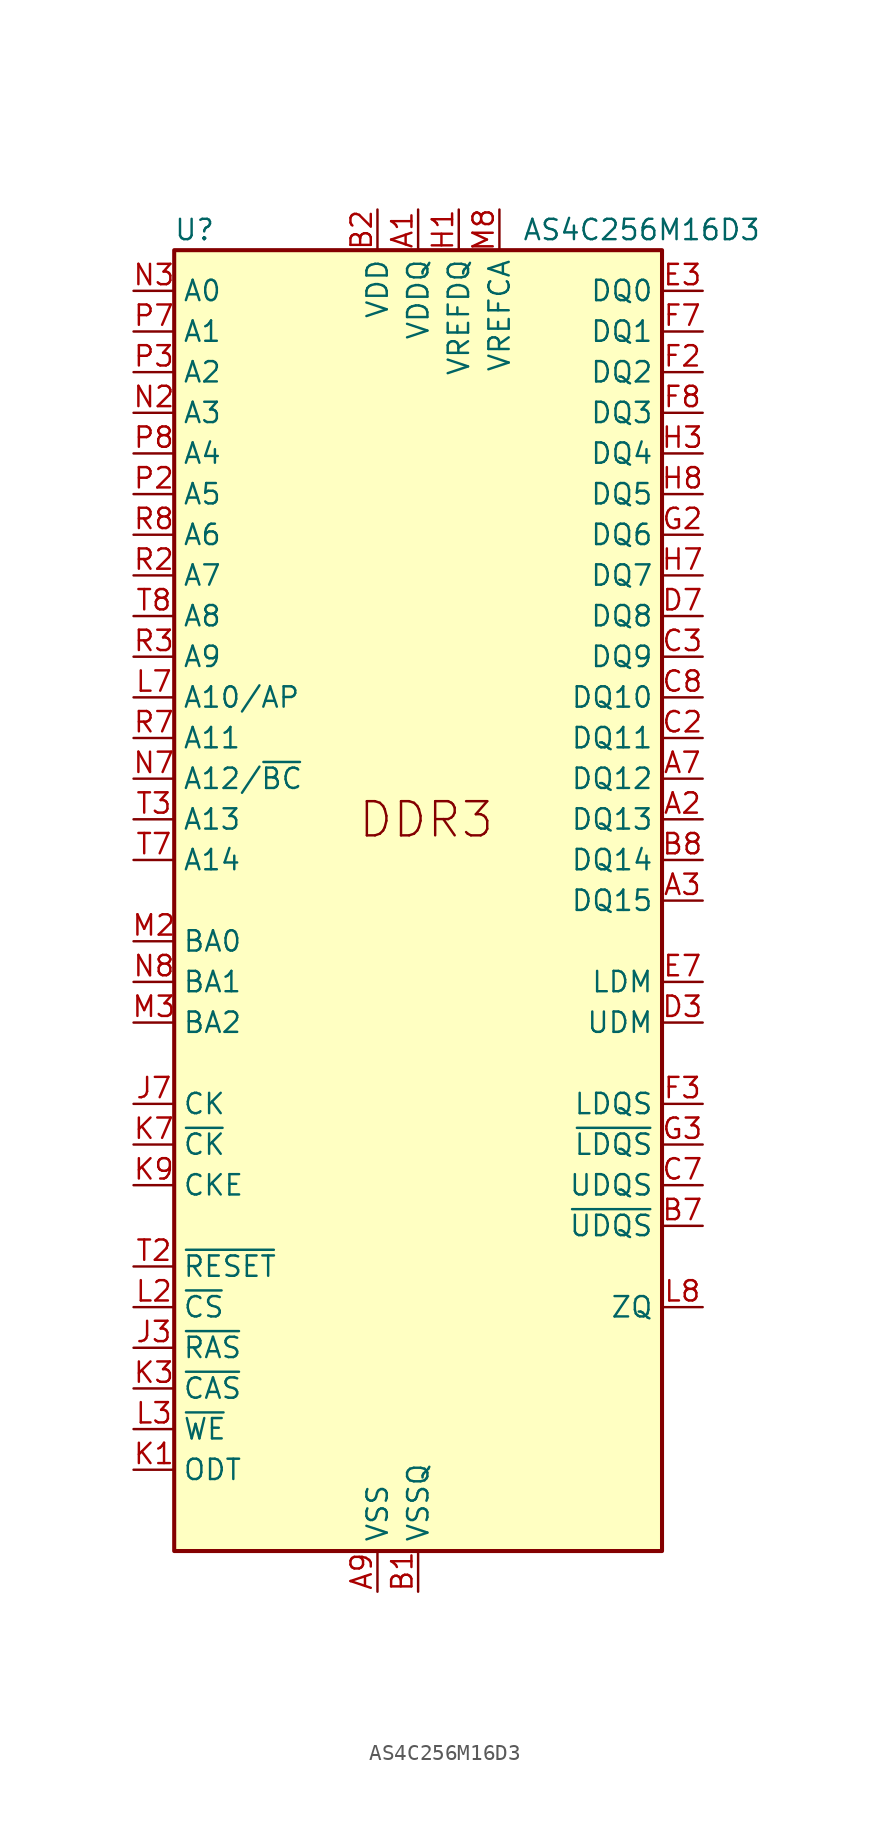
<source format=kicad_sym>
(kicad_symbol_lib
  (version 20241209)
  (generator "kicad_symbol_editor")
  (generator_version "9.0")
  (symbol "AS4C256M16D3"
    (property "Reference" "U"
      (at -13.97 41.91 0)
      (effects (font (size 1.27 1.27))))
    (property "Value" "AS4C256M16D3"
      (at 13.97 41.91 0)
      (effects (font (size 1.27 1.27))))
    (symbol "AS4C256M16D3_0_1"
      (rectangle (start -15.24 -40.64) (end 15.24 40.64) (stroke (width 0.254) (type default)) (fill (type background)))
      (pin input line (at -17.78 38.1 0) (length 2.54) (name "A0" (effects (font (size 1.27 1.27)))) (number "N3" (effects (font (size 1.27 1.27)))))
      (pin input line (at -17.78 35.56 0) (length 2.54) (name "A1" (effects (font (size 1.27 1.27)))) (number "P7" (effects (font (size 1.27 1.27)))))
      (pin input line (at -17.78 33.02 0) (length 2.54) (name "A2" (effects (font (size 1.27 1.27)))) (number "P3" (effects (font (size 1.27 1.27)))))
      (pin input line (at -17.78 30.48 0) (length 2.54) (name "A3" (effects (font (size 1.27 1.27)))) (number "N2" (effects (font (size 1.27 1.27)))))
      (pin input line (at -17.78 27.94 0) (length 2.54) (name "A4" (effects (font (size 1.27 1.27)))) (number "P8" (effects (font (size 1.27 1.27)))))
      (pin input line (at -17.78 25.4 0) (length 2.54) (name "A5" (effects (font (size 1.27 1.27)))) (number "P2" (effects (font (size 1.27 1.27)))))
      (pin input line (at -17.78 22.86 0) (length 2.54) (name "A6" (effects (font (size 1.27 1.27)))) (number "R8" (effects (font (size 1.27 1.27)))))
      (pin input line (at -17.78 20.32 0) (length 2.54) (name "A7" (effects (font (size 1.27 1.27)))) (number "R2" (effects (font (size 1.27 1.27)))))
      (pin input line (at -17.78 17.78 0) (length 2.54) (name "A8" (effects (font (size 1.27 1.27)))) (number "T8" (effects (font (size 1.27 1.27)))))
      (pin input line (at -17.78 15.24 0) (length 2.54) (name "A9" (effects (font (size 1.27 1.27)))) (number "R3" (effects (font (size 1.27 1.27)))))
      (pin input line (at -17.78 12.7 0) (length 2.54) (name "A10/AP" (effects (font (size 1.27 1.27)))) (number "L7" (effects (font (size 1.27 1.27)))))
      (pin input line (at -17.78 10.16 0) (length 2.54) (name "A11" (effects (font (size 1.27 1.27)))) (number "R7" (effects (font (size 1.27 1.27)))))
      (pin input line (at -17.78 7.62 0) (length 2.54) (name "A12/~{BC}" (effects (font (size 1.27 1.27)))) (number "N7" (effects (font (size 1.27 1.27)))))
      (pin input line (at -17.78 5.08 0) (length 2.54) (name "A13" (effects (font (size 1.27 1.27)))) (number "T3" (effects (font (size 1.27 1.27)))))
      (pin input line (at -17.78 2.54 0) (length 2.54) (name "A14" (effects (font (size 1.27 1.27)))) (number "T7" (effects (font (size 1.27 1.27)))))
      (pin input line (at -17.78 -22.86 0) (length 2.54) (name "~{RESET}" (effects (font (size 1.27 1.27)))) (number "T2" (effects (font (size 1.27 1.27)))))
      (pin input line (at -17.78 -25.4 0) (length 2.54) (name "~{CS}" (effects (font (size 1.27 1.27)))) (number "L2" (effects (font (size 1.27 1.27)))))
      (pin power_in line (at -2.54 43.18 270) (length 2.54) (name "VDD" (effects (font (size 1.27 1.27)))) (number "B2" (effects (font (size 1.27 1.27)))))
      (pin passive line (at -2.54 43.18 270) (length 2.54) (hide yes) (name "VDD" (effects (font (size 1.27 1.27)))) (number "D9" (effects (font (size 1.27 1.27)))))
      (pin passive line (at -2.54 43.18 270) (length 2.54) (hide yes) (name "VDD" (effects (font (size 1.27 1.27)))) (number "G7" (effects (font (size 1.27 1.27)))))
      (pin passive line (at -2.54 43.18 270) (length 2.54) (hide yes) (name "VDD" (effects (font (size 1.27 1.27)))) (number "K2" (effects (font (size 1.27 1.27)))))
      (pin passive line (at -2.54 43.18 270) (length 2.54) (hide yes) (name "VDD" (effects (font (size 1.27 1.27)))) (number "K8" (effects (font (size 1.27 1.27)))))
      (pin passive line (at -2.54 43.18 270) (length 2.54) (hide yes) (name "VDD" (effects (font (size 1.27 1.27)))) (number "N1" (effects (font (size 1.27 1.27)))))
      (pin passive line (at -2.54 43.18 270) (length 2.54) (hide yes) (name "VDD" (effects (font (size 1.27 1.27)))) (number "N9" (effects (font (size 1.27 1.27)))))
      (pin passive line (at -2.54 43.18 270) (length 2.54) (hide yes) (name "VDD" (effects (font (size 1.27 1.27)))) (number "R1" (effects (font (size 1.27 1.27)))))
      (pin passive line (at -2.54 43.18 270) (length 2.54) (hide yes) (name "VDD" (effects (font (size 1.27 1.27)))) (number "R9" (effects (font (size 1.27 1.27)))))
      (pin power_in line (at -2.54 -43.18 90) (length 2.54) (name "VSS" (effects (font (size 1.27 1.27)))) (number "A9" (effects (font (size 1.27 1.27)))))
      (pin passive line (at -2.54 -43.18 90) (length 2.54) (hide yes) (name "VSS" (effects (font (size 1.27 1.27)))) (number "B3" (effects (font (size 1.27 1.27)))))
      (pin passive line (at -2.54 -43.18 90) (length 2.54) (hide yes) (name "VSS" (effects (font (size 1.27 1.27)))) (number "E1" (effects (font (size 1.27 1.27)))))
      (pin passive line (at -2.54 -43.18 90) (length 2.54) (hide yes) (name "VSS" (effects (font (size 1.27 1.27)))) (number "G8" (effects (font (size 1.27 1.27)))))
      (pin passive line (at -2.54 -43.18 90) (length 2.54) (hide yes) (name "VSS" (effects (font (size 1.27 1.27)))) (number "J2" (effects (font (size 1.27 1.27)))))
      (pin passive line (at -2.54 -43.18 90) (length 2.54) (hide yes) (name "VSS" (effects (font (size 1.27 1.27)))) (number "J8" (effects (font (size 1.27 1.27)))))
      (pin passive line (at -2.54 -43.18 90) (length 2.54) (hide yes) (name "VSS" (effects (font (size 1.27 1.27)))) (number "M1" (effects (font (size 1.27 1.27)))))
      (pin passive line (at -2.54 -43.18 90) (length 2.54) (hide yes) (name "VSS" (effects (font (size 1.27 1.27)))) (number "M9" (effects (font (size 1.27 1.27)))))
      (pin passive line (at -2.54 -43.18 90) (length 2.54) (hide yes) (name "VSS" (effects (font (size 1.27 1.27)))) (number "P1" (effects (font (size 1.27 1.27)))))
      (pin passive line (at -2.54 -43.18 90) (length 2.54) (hide yes) (name "VSS" (effects (font (size 1.27 1.27)))) (number "P9" (effects (font (size 1.27 1.27)))))
      (pin passive line (at -2.54 -43.18 90) (length 2.54) (hide yes) (name "VSS" (effects (font (size 1.27 1.27)))) (number "T1" (effects (font (size 1.27 1.27)))))
      (pin passive line (at -2.54 -43.18 90) (length 2.54) (hide yes) (name "VSS" (effects (font (size 1.27 1.27)))) (number "T9" (effects (font (size 1.27 1.27)))))
      (pin power_in line (at 0 43.18 270) (length 2.54) (name "VDDQ" (effects (font (size 1.27 1.27)))) (number "A1" (effects (font (size 1.27 1.27)))))
      (pin passive line (at 0 43.18 270) (length 2.54) (hide yes) (name "VDDQ" (effects (font (size 1.27 1.27)))) (number "A8" (effects (font (size 1.27 1.27)))))
      (pin passive line (at 0 43.18 270) (length 2.54) (hide yes) (name "VDDQ" (effects (font (size 1.27 1.27)))) (number "C1" (effects (font (size 1.27 1.27)))))
      (pin passive line (at 0 43.18 270) (length 2.54) (hide yes) (name "VDDQ" (effects (font (size 1.27 1.27)))) (number "C9" (effects (font (size 1.27 1.27)))))
      (pin passive line (at 0 43.18 270) (length 2.54) (hide yes) (name "VDDQ" (effects (font (size 1.27 1.27)))) (number "D2" (effects (font (size 1.27 1.27)))))
      (pin passive line (at 0 43.18 270) (length 2.54) (hide yes) (name "VDDQ" (effects (font (size 1.27 1.27)))) (number "E9" (effects (font (size 1.27 1.27)))))
      (pin passive line (at 0 43.18 270) (length 2.54) (hide yes) (name "VDDQ" (effects (font (size 1.27 1.27)))) (number "F1" (effects (font (size 1.27 1.27)))))
      (pin passive line (at 0 43.18 270) (length 2.54) (hide yes) (name "VDDQ" (effects (font (size 1.27 1.27)))) (number "H2" (effects (font (size 1.27 1.27)))))
      (pin passive line (at 0 43.18 270) (length 2.54) (hide yes) (name "VDDQ" (effects (font (size 1.27 1.27)))) (number "H9" (effects (font (size 1.27 1.27)))))
      (pin power_in line (at 0 -43.18 90) (length 2.54) (name "VSSQ" (effects (font (size 1.27 1.27)))) (number "B1" (effects (font (size 1.27 1.27)))))
      (pin passive line (at 0 -43.18 90) (length 2.54) (hide yes) (name "VSSQ" (effects (font (size 1.27 1.27)))) (number "B9" (effects (font (size 1.27 1.27)))))
      (pin passive line (at 0 -43.18 90) (length 2.54) (hide yes) (name "VSSQ" (effects (font (size 1.27 1.27)))) (number "D1" (effects (font (size 1.27 1.27)))))
      (pin passive line (at 0 -43.18 90) (length 2.54) (hide yes) (name "VSSQ" (effects (font (size 1.27 1.27)))) (number "D8" (effects (font (size 1.27 1.27)))))
      (pin passive line (at 0 -43.18 90) (length 2.54) (hide yes) (name "VSSQ" (effects (font (size 1.27 1.27)))) (number "E2" (effects (font (size 1.27 1.27)))))
      (pin passive line (at 0 -43.18 90) (length 2.54) (hide yes) (name "VSSQ" (effects (font (size 1.27 1.27)))) (number "E8" (effects (font (size 1.27 1.27)))))
      (pin passive line (at 0 -43.18 90) (length 2.54) (hide yes) (name "VSSQ" (effects (font (size 1.27 1.27)))) (number "F9" (effects (font (size 1.27 1.27)))))
      (pin passive line (at 0 -43.18 90) (length 2.54) (hide yes) (name "VSSQ" (effects (font (size 1.27 1.27)))) (number "G1" (effects (font (size 1.27 1.27)))))
      (pin passive line (at 0 -43.18 90) (length 2.54) (hide yes) (name "VSSQ" (effects (font (size 1.27 1.27)))) (number "G9" (effects (font (size 1.27 1.27)))))
      (pin power_in line (at 2.54 43.18 270) (length 2.54) (name "VREFDQ" (effects (font (size 1.27 1.27)))) (number "H1" (effects (font (size 1.27 1.27)))))
      (pin bidirectional line (at 17.78 38.1 180) (length 2.54) (name "DQ0" (effects (font (size 1.27 1.27)))) (number "E3" (effects (font (size 1.27 1.27)))))
      (pin bidirectional line (at 17.78 35.56 180) (length 2.54) (name "DQ1" (effects (font (size 1.27 1.27)))) (number "F7" (effects (font (size 1.27 1.27)))))
      (pin bidirectional line (at 17.78 33.02 180) (length 2.54) (name "DQ2" (effects (font (size 1.27 1.27)))) (number "F2" (effects (font (size 1.27 1.27)))))
      (pin bidirectional line (at 17.78 30.48 180) (length 2.54) (name "DQ3" (effects (font (size 1.27 1.27)))) (number "F8" (effects (font (size 1.27 1.27)))))
      (pin bidirectional line (at 17.78 27.94 180) (length 2.54) (name "DQ4" (effects (font (size 1.27 1.27)))) (number "H3" (effects (font (size 1.27 1.27)))))
      (pin bidirectional line (at 17.78 25.4 180) (length 2.54) (name "DQ5" (effects (font (size 1.27 1.27)))) (number "H8" (effects (font (size 1.27 1.27)))))
      (pin bidirectional line (at 17.78 22.86 180) (length 2.54) (name "DQ6" (effects (font (size 1.27 1.27)))) (number "G2" (effects (font (size 1.27 1.27)))))
      (pin bidirectional line (at 17.78 20.32 180) (length 2.54) (name "DQ7" (effects (font (size 1.27 1.27)))) (number "H7" (effects (font (size 1.27 1.27))))))
    (symbol "AS4C256M16D3_1_1"
      (text "DDR3" (at -3.81 3.81 0) (effects (font (size 2.134 2.134)) (justify left bottom)))
      (pin input line (at -17.78 -2.54 0) (length 2.54) (name "BA0" (effects (font (size 1.27 1.27)))) (number "M2" (effects (font (size 1.27 1.27)))))
      (pin input line (at -17.78 -5.08 0) (length 2.54) (name "BA1" (effects (font (size 1.27 1.27)))) (number "N8" (effects (font (size 1.27 1.27)))))
      (pin input line (at -17.78 -7.62 0) (length 2.54) (name "BA2" (effects (font (size 1.27 1.27)))) (number "M3" (effects (font (size 1.27 1.27)))))
      (pin input line (at -17.78 -12.7 0) (length 2.54) (name "CK" (effects (font (size 1.27 1.27)))) (number "J7" (effects (font (size 1.27 1.27)))))
      (pin input line (at -17.78 -15.24 0) (length 2.54) (name "~{CK}" (effects (font (size 1.27 1.27)))) (number "K7" (effects (font (size 1.27 1.27)))))
      (pin input line (at -17.78 -17.78 0) (length 2.54) (name "CKE" (effects (font (size 1.27 1.27)))) (number "K9" (effects (font (size 1.27 1.27)))))
      (pin input line (at -17.78 -27.94 0) (length 2.54) (name "~{RAS}" (effects (font (size 1.27 1.27)))) (number "J3" (effects (font (size 1.27 1.27)))))
      (pin input line (at -17.78 -30.48 0) (length 2.54) (name "~{CAS}" (effects (font (size 1.27 1.27)))) (number "K3" (effects (font (size 1.27 1.27)))))
      (pin input line (at -17.78 -33.02 0) (length 2.54) (name "~{WE}" (effects (font (size 1.27 1.27)))) (number "L3" (effects (font (size 1.27 1.27)))))
      (pin input line (at -17.78 -35.56 0) (length 2.54) (name "ODT" (effects (font (size 1.27 1.27)))) (number "K1" (effects (font (size 1.27 1.27)))))
      (pin power_in line (at 5.08 43.18 270) (length 2.54) (name "VREFCA" (effects (font (size 1.27 1.27)))) (number "M8" (effects (font (size 1.27 1.27)))))
      (pin no_connect line (at 15.24 -27.94 180) (length 2.54) (hide yes) (name "NC" (effects (font (size 1.27 1.27)))) (number "J1" (effects (font (size 1.27 1.27)))))
      (pin no_connect line (at 15.24 -30.48 180) (length 2.54) (hide yes) (name "NC" (effects (font (size 1.27 1.27)))) (number "J9" (effects (font (size 1.27 1.27)))))
      (pin no_connect line (at 15.24 -33.02 180) (length 2.54) (hide yes) (name "NC" (effects (font (size 1.27 1.27)))) (number "L1" (effects (font (size 1.27 1.27)))))
      (pin no_connect line (at 15.24 -35.56 180) (length 2.54) (hide yes) (name "NC" (effects (font (size 1.27 1.27)))) (number "L9" (effects (font (size 1.27 1.27)))))
      (pin no_connect line (at 15.24 -38.1 180) (length 2.54) (hide yes) (name "NC" (effects (font (size 1.27 1.27)))) (number "M7" (effects (font (size 1.27 1.27)))))
      (pin bidirectional line (at 17.78 17.78 180) (length 2.54) (name "DQ8" (effects (font (size 1.27 1.27)))) (number "D7" (effects (font (size 1.27 1.27)))))
      (pin bidirectional line (at 17.78 15.24 180) (length 2.54) (name "DQ9" (effects (font (size 1.27 1.27)))) (number "C3" (effects (font (size 1.27 1.27)))))
      (pin bidirectional line (at 17.78 12.7 180) (length 2.54) (name "DQ10" (effects (font (size 1.27 1.27)))) (number "C8" (effects (font (size 1.27 1.27)))))
      (pin bidirectional line (at 17.78 10.16 180) (length 2.54) (name "DQ11" (effects (font (size 1.27 1.27)))) (number "C2" (effects (font (size 1.27 1.27)))))
      (pin bidirectional line (at 17.78 7.62 180) (length 2.54) (name "DQ12" (effects (font (size 1.27 1.27)))) (number "A7" (effects (font (size 1.27 1.27)))))
      (pin bidirectional line (at 17.78 5.08 180) (length 2.54) (name "DQ13" (effects (font (size 1.27 1.27)))) (number "A2" (effects (font (size 1.27 1.27)))))
      (pin bidirectional line (at 17.78 2.54 180) (length 2.54) (name "DQ14" (effects (font (size 1.27 1.27)))) (number "B8" (effects (font (size 1.27 1.27)))))
      (pin bidirectional line (at 17.78 0 180) (length 2.54) (name "DQ15" (effects (font (size 1.27 1.27)))) (number "A3" (effects (font (size 1.27 1.27)))))
      (pin input line (at 17.78 -5.08 180) (length 2.54) (name "LDM" (effects (font (size 1.27 1.27)))) (number "E7" (effects (font (size 1.27 1.27)))))
      (pin input line (at 17.78 -7.62 180) (length 2.54) (name "UDM" (effects (font (size 1.27 1.27)))) (number "D3" (effects (font (size 1.27 1.27)))))
      (pin bidirectional line (at 17.78 -12.7 180) (length 2.54) (name "LDQS" (effects (font (size 1.27 1.27)))) (number "F3" (effects (font (size 1.27 1.27)))))
      (pin bidirectional line (at 17.78 -15.24 180) (length 2.54) (name "~{LDQS}" (effects (font (size 1.27 1.27)))) (number "G3" (effects (font (size 1.27 1.27)))))
      (pin bidirectional line (at 17.78 -17.78 180) (length 2.54) (name "UDQS" (effects (font (size 1.27 1.27)))) (number "C7" (effects (font (size 1.27 1.27)))))
      (pin bidirectional line (at 17.78 -20.32 180) (length 2.54) (name "~{UDQS}" (effects (font (size 1.27 1.27)))) (number "B7" (effects (font (size 1.27 1.27)))))
      (pin input line (at 17.78 -25.4 180) (length 2.54) (name "ZQ" (effects (font (size 1.27 1.27)))) (number "L8" (effects (font (size 1.27 1.27))))))))
</source>
